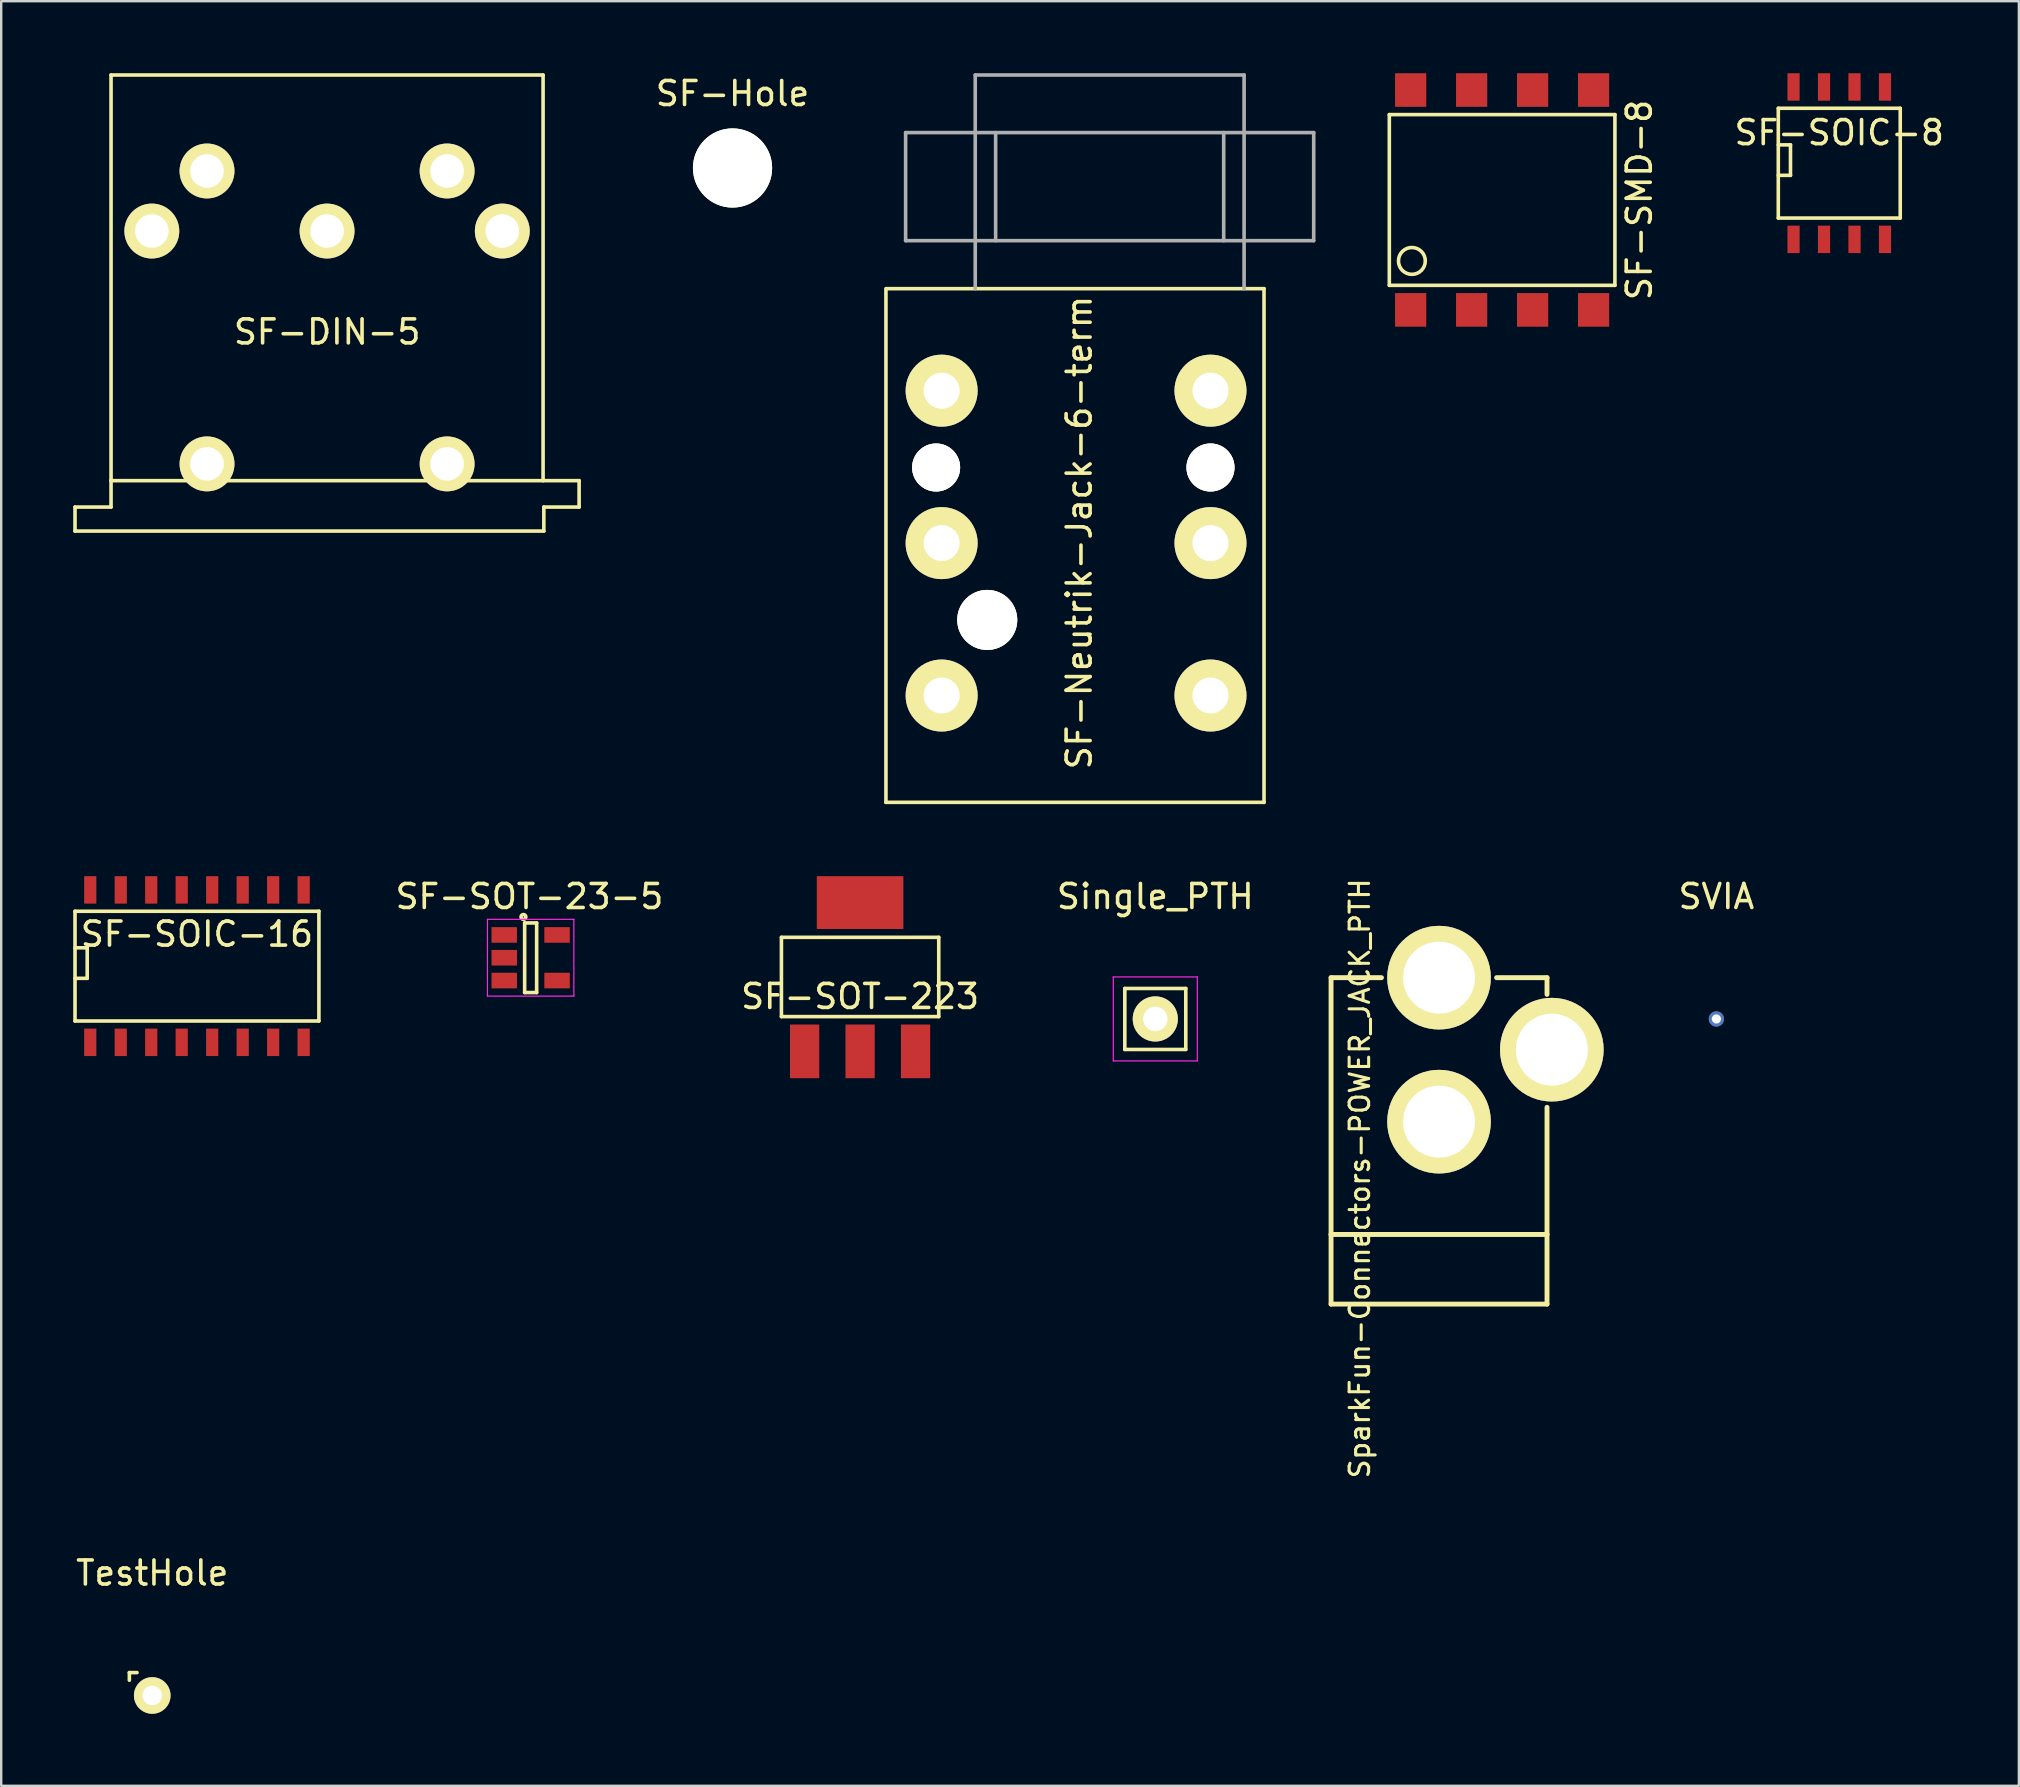
<source format=kicad_pcb>
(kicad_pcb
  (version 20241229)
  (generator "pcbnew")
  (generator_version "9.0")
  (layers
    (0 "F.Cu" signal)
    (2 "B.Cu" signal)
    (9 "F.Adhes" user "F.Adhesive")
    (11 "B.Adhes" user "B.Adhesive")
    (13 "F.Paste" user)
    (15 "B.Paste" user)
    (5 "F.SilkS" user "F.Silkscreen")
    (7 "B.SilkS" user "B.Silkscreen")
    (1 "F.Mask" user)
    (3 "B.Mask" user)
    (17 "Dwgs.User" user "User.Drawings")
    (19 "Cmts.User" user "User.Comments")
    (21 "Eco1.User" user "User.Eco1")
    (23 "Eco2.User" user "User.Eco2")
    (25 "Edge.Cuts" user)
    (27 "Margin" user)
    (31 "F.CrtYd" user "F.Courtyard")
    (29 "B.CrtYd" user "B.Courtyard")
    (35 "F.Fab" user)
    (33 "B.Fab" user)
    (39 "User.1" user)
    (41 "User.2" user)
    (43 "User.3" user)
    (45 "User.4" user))
  (footprint "SF-SOT-223"
    (layer "F.Cu")
    (at 32.78 37.649)
    (property "Reference" "SF-SOT-223" (at 0 0.813 0) (layer "F.SilkS") (effects (font (size 1 1) (thickness 0.15))))
    (attr through_hole)
    (fp_line (start -3.277 -1.651) (end -3.277 1.651) (stroke (width 0.15) (type solid)) (layer "F.SilkS"))
    (fp_line (start -3.277 1.651) (end 3.277 1.651) (stroke (width 0.15) (type solid)) (layer "F.SilkS"))
    (fp_line (start 3.277 -1.651) (end -3.277 -1.651) (stroke (width 0.15) (type solid)) (layer "F.SilkS"))
    (fp_line (start 3.277 1.651) (end 3.277 -1.651) (stroke (width 0.15) (type solid)) (layer "F.SilkS"))
    (pad "1" smd rect (at -2.311 3.099 90) (size 2.235 1.219) (layers "F.Cu" "F.Mask" "F.Paste"))
    (pad "2" smd rect (at 0 3.099 90) (size 2.235 1.219) (layers "F.Cu" "F.Mask" "F.Paste"))
    (pad "3" smd rect (at 2.311 3.099 90) (size 2.235 1.219) (layers "F.Cu" "F.Mask" "F.Paste"))
    (pad "4" smd rect (at 0 -3.099) (size 3.607 2.2) (layers "F.Cu" "F.Mask" "F.Paste")))
  (footprint "SF-Hole"
    (layer "F.Cu")
    (at 27.466 3.948)
    (property "Reference" "SF-Hole" (at 0 -3.1 0) (layer "F.SilkS") (effects (font (size 1 1) (thickness 0.15))))
    (attr through_hole)
    (pad "" np_thru_hole circle (at 0 0) (size 3.3 3.3) (drill 3.3) (layers "*.Cu" "*.Mask" "F.SilkS")))
  (footprint "SVIA"
    (layer "F.Cu")
    (at 68.452 39.398)
    (property "Reference" "SVIA" (at 0 -5.1 0) (layer "F.SilkS") (effects (font (size 1 1) (thickness 0.15))))
    (attr through_hole)
    (pad "" thru_hole circle (at 0 0) (size 0.635 0.635) (drill 0.381) (layers "*.Cu")))
  (footprint "SF-DIN-5"
    (layer "F.Cu")
    (at 10.575 19.074)
    (property "Reference" "SF-DIN-5" (at 0.005 -8.296 0) (layer "F.SilkS") (effects (font (size 1 1) (thickness 0.15))))
    (attr through_hole)
    (fp_line (start -10.5 -1.001) (end -10.5 0) (stroke (width 0.15) (type solid)) (layer "F.SilkS"))
    (fp_line (start -10.5 0) (end 9.03 0) (stroke (width 0.15) (type solid)) (layer "F.SilkS"))
    (fp_line (start -8.999 -18.999) (end 8.999 -18.999) (stroke (width 0.15) (type solid)) (layer "F.SilkS"))
    (fp_line (start -8.999 -2.101) (end -8.999 -18.999) (stroke (width 0.15) (type solid)) (layer "F.SilkS"))
    (fp_line (start -8.999 -2.101) (end -8.999 -1.001) (stroke (width 0.15) (type solid)) (layer "F.SilkS"))
    (fp_line (start -8.999 -1.001) (end -10.5 -1.001) (stroke (width 0.15) (type solid)) (layer "F.SilkS"))
    (fp_line (start 8.999 -18.999) (end 8.999 -2.101) (stroke (width 0.15) (type solid)) (layer "F.SilkS"))
    (fp_line (start 9.03 -1.001) (end 10.5 -1.001) (stroke (width 0.15) (type solid)) (layer "F.SilkS"))
    (fp_line (start 9.03 0) (end 9.03 -1.001) (stroke (width 0.15) (type solid)) (layer "F.SilkS"))
    (fp_line (start 10.5 -2.101) (end -8.999 -2.101) (stroke (width 0.15) (type solid)) (layer "F.SilkS"))
    (fp_line (start 10.5 -2.101) (end 10.5 -1.001) (stroke (width 0.15) (type solid)) (layer "F.SilkS"))
    (pad "1" thru_hole circle (at 7.3 -12.499) (size 2.286 2.286) (drill 1.397) (layers "*.Cu" "*.Mask" "F.SilkS"))
    (pad "2" thru_hole circle (at 0 -12.499) (size 2.286 2.286) (drill 1.397) (layers "*.Cu" "*.Mask" "F.SilkS"))
    (pad "3" thru_hole circle (at -7.3 -12.499) (size 2.286 2.286) (drill 1.397) (layers "*.Cu" "*.Mask" "F.SilkS"))
    (pad "4" thru_hole circle (at 5.001 -15.001) (size 2.286 2.286) (drill 1.397) (layers "*.Cu" "*.Mask" "F.SilkS"))
    (pad "5" thru_hole circle (at -5.001 -15.001) (size 2.286 2.286) (drill 1.397) (layers "*.Cu" "*.Mask" "F.SilkS"))
    (pad "6" thru_hole circle (at 5.001 -2.799) (size 2.286 2.286) (drill 1.397) (layers "*.Cu" "*.Mask" "F.SilkS"))
    (pad "7" thru_hole circle (at -5.001 -2.799) (size 2.286 2.286) (drill 1.397) (layers "*.Cu" "*.Mask" "F.SilkS")))
  (footprint "SF-Neutrik-Jack-6-term"
    (layer "F.Cu")
    (at 43.177 8.975)
    (property "Reference" "SF-Neutrik-Jack-6-term" (at -1.27 10.16 90) (layer "F.SilkS") (effects (font (size 1 1) (thickness 0.15))))
    (attr through_hole)
    (fp_line (start -9.32 0) (end -9.32 21.4) (stroke (width 0.15) (type solid)) (layer "F.SilkS"))
    (fp_line (start -9.32 21.4) (end 6.43 21.4) (stroke (width 0.15) (type solid)) (layer "F.SilkS"))
    (fp_line (start 6.43 0) (end -9.3 0) (stroke (width 0.15) (type solid)) (layer "F.SilkS"))
    (fp_line (start 6.43 21.4) (end 6.43 0) (stroke (width 0.15) (type solid)) (layer "F.SilkS"))
    (fp_line (start -8.5 -6.5) (end 8.5 -6.5) (stroke (width 0.15) (type solid)) (layer "F.Fab"))
    (fp_line (start -8.5 -2) (end -8.5 -6.5) (stroke (width 0.15) (type solid)) (layer "F.Fab"))
    (fp_line (start -8.5 -2) (end 8.5 -2) (stroke (width 0.15) (type solid)) (layer "F.Fab"))
    (fp_line (start -5.6 -8.9) (end -5.6 0) (stroke (width 0.15) (type solid)) (layer "F.Fab"))
    (fp_line (start -4.75 -6.5) (end -4.75 -2) (stroke (width 0.15) (type solid)) (layer "F.Fab"))
    (fp_line (start 4.75 -6.5) (end 4.75 -2) (stroke (width 0.15) (type solid)) (layer "F.Fab"))
    (fp_line (start 5.6 -8.9) (end -5.6 -8.9) (stroke (width 0.15) (type solid)) (layer "F.Fab"))
    (fp_line (start 5.6 0) (end 5.6 -8.9) (stroke (width 0.15) (type solid)) (layer "F.Fab"))
    (fp_line (start 8.5 -6.5) (end 8.5 -2) (stroke (width 0.15) (type solid)) (layer "F.Fab"))
    (pad "G" thru_hole circle (at 4.2 4.25) (size 3 3) (drill 1.5) (layers "*.Cu" "*.Mask" "F.SilkS"))
    (pad "R" thru_hole circle (at -7 10.6) (size 3 3) (drill 1.5) (layers "*.Cu" "*.Mask" "F.SilkS"))
    (pad "RN" thru_hole circle (at 4.2 10.6) (size 3 3) (drill 1.5) (layers "*.Cu" "*.Mask" "F.SilkS"))
    (pad "S" thru_hole circle (at -7 4.25) (size 3 3) (drill 1.5) (layers "*.Cu" "*.Mask" "F.SilkS"))
    (pad "T" thru_hole circle (at -7 16.95) (size 3 3) (drill 1.5) (layers "*.Cu" "*.Mask" "F.SilkS"))
    (pad "TN" thru_hole circle (at 4.2 16.95) (size 3 3) (drill 1.5) (layers "*.Cu" "*.Mask" "F.SilkS"))
    (pad "~" thru_hole circle (at -7.23 7.45) (size 2 2) (drill 2) (layers "*.Cu" "*.Mask" "F.SilkS"))
    (pad "~" thru_hole circle (at -5.1 13.8) (size 2.5 2.5) (drill 2.5) (layers "*.Cu" "*.Mask" "F.SilkS"))
    (pad "~" thru_hole circle (at 4.2 7.45) (size 2 2) (drill 2) (layers "*.Cu" "*.Mask" "F.SilkS")))
  (footprint "SF-SMD-8"
    (layer "F.Cu")
    (at 59.526 5.28)
    (property "Reference" "SF-SMD-8" (at 5.715 0 90) (layer "F.SilkS") (effects (font (size 1 1) (thickness 0.15))))
    (attr through_hole)
    (fp_line (start -4.699 -3.556) (end -4.699 3.556) (stroke (width 0.15) (type solid)) (layer "F.SilkS"))
    (fp_line (start -4.699 -3.556) (end 4.699 -3.556) (stroke (width 0.15) (type solid)) (layer "F.SilkS"))
    (fp_line (start -4.699 3.556) (end 4.699 3.556) (stroke (width 0.15) (type solid)) (layer "F.SilkS"))
    (fp_line (start 4.699 3.556) (end 4.699 -3.556) (stroke (width 0.15) (type solid)) (layer "F.SilkS"))
    (fp_circle (center -3.759 2.54) (end -4.318 2.54) (stroke (width 0.15) (type solid)) (fill no) (layer "F.SilkS"))
    (pad "1" smd rect (at -3.81 4.58) (size 1.3 1.4) (layers "F.Cu" "F.Mask" "F.Paste"))
    (pad "2" smd rect (at -1.27 4.58) (size 1.3 1.4) (layers "F.Cu" "F.Mask" "F.Paste"))
    (pad "3" smd rect (at 1.27 4.58) (size 1.3 1.4) (layers "F.Cu" "F.Mask" "F.Paste"))
    (pad "4" smd rect (at 3.81 4.58) (size 1.3 1.4) (layers "F.Cu" "F.Mask" "F.Paste"))
    (pad "5" smd rect (at 3.81 -4.58) (size 1.3 1.4) (layers "F.Cu" "F.Mask" "F.Paste"))
    (pad "6" smd rect (at 1.27 -4.58) (size 1.3 1.4) (layers "F.Cu" "F.Mask" "F.Paste"))
    (pad "7" smd rect (at -1.27 -4.58) (size 1.3 1.4) (layers "F.Cu" "F.Mask" "F.Paste"))
    (pad "8" smd rect (at -3.81 -4.58) (size 1.3 1.4) (layers "F.Cu" "F.Mask" "F.Paste")))
  (footprint "SF-SOT-23-5"
    (layer "F.Cu")
    (at 19.056 36.848)
    (property "Reference" "SF-SOT-23-5" (at -0.05 -2.55 0) (layer "F.SilkS") (effects (font (size 1 1) (thickness 0.15))))
    (attr smd)
    (fp_line (start -0.25 -1.45) (end -0.25 1.45) (stroke (width 0.15) (type solid)) (layer "F.SilkS"))
    (fp_line (start -0.25 1.45) (end 0.25 1.45) (stroke (width 0.15) (type solid)) (layer "F.SilkS"))
    (fp_line (start 0.25 -1.45) (end -0.25 -1.45) (stroke (width 0.15) (type solid)) (layer "F.SilkS"))
    (fp_line (start 0.25 1.45) (end 0.25 -1.45) (stroke (width 0.15) (type solid)) (layer "F.SilkS"))
    (fp_circle (center -0.3 -1.7) (end -0.2 -1.7) (stroke (width 0.15) (type solid)) (fill no) (layer "F.SilkS"))
    (fp_line (start -1.8 -1.6) (end 1.8 -1.6) (stroke (width 0.05) (type solid)) (layer "F.CrtYd"))
    (fp_line (start -1.8 1.6) (end -1.8 -1.6) (stroke (width 0.05) (type solid)) (layer "F.CrtYd"))
    (fp_line (start 1.8 -1.6) (end 1.8 1.6) (stroke (width 0.05) (type solid)) (layer "F.CrtYd"))
    (fp_line (start 1.8 1.6) (end -1.8 1.6) (stroke (width 0.05) (type solid)) (layer "F.CrtYd"))
    (pad "1" smd rect (at -1.1 -0.95) (size 1.06 0.65) (layers "F.Cu" "F.Mask" "F.Paste"))
    (pad "2" smd rect (at -1.1 0) (size 1.06 0.65) (layers "F.Cu" "F.Mask" "F.Paste"))
    (pad "3" smd rect (at -1.1 0.95) (size 1.06 0.65) (layers "F.Cu" "F.Mask" "F.Paste"))
    (pad "4" smd rect (at 1.1 0.95) (size 1.06 0.65) (layers "F.Cu" "F.Mask" "F.Paste"))
    (pad "5" smd rect (at 1.1 -0.95) (size 1.06 0.65) (layers "F.Cu" "F.Mask" "F.Paste")))
  (footprint "Single_PTH"
    (layer "F.Cu")
    (at 45.078 39.398)
    (property "Reference" "Single_PTH" (at 0 -5.1 0) (layer "F.SilkS") (effects (font (size 1 1) (thickness 0.15))))
    (attr through_hole)
    (fp_line (start -1.27 1.27) (end -1.27 -1.27) (stroke (width 0.15) (type solid)) (layer "F.SilkS"))
    (fp_line (start 1.27 -1.27) (end -1.27 -1.27) (stroke (width 0.15) (type solid)) (layer "F.SilkS"))
    (fp_line (start 1.27 -1.27) (end 1.27 1.27) (stroke (width 0.15) (type solid)) (layer "F.SilkS"))
    (fp_line (start 1.27 1.27) (end -1.27 1.27) (stroke (width 0.15) (type solid)) (layer "F.SilkS"))
    (fp_line (start -1.75 -1.75) (end -1.75 1.75) (stroke (width 0.05) (type solid)) (layer "F.CrtYd"))
    (fp_line (start -1.75 -1.75) (end 1.75 -1.75) (stroke (width 0.05) (type solid)) (layer "F.CrtYd"))
    (fp_line (start -1.75 1.75) (end 1.75 1.75) (stroke (width 0.05) (type solid)) (layer "F.CrtYd"))
    (fp_line (start 1.75 -1.75) (end 1.75 1.75) (stroke (width 0.05) (type solid)) (layer "F.CrtYd"))
    (pad "1" thru_hole circle (at 0 0) (size 1.88 1.88) (drill 1.016) (layers "*.Cu" "*.Mask" "F.SilkS")))
  (footprint "SparkFun-Connectors-POWER_JACK_PTH"
    (layer "F.Cu")
    (at 56.898 51.376)
    (property "Reference" "SparkFun-Connectors-POWER_JACK_PTH" (at -3.302 -5.334 90) (layer "F.SilkS") (effects (font (size 0.813 0.813) (thickness 0.127))))
    (attr exclude_from_pos_files exclude_from_bom)
    (fp_line (start -4.498 -13.698) (end -2.398 -13.698) (stroke (width 0.203) (type solid)) (layer "F.SilkS"))
    (fp_line (start -4.498 -3) (end -4.498 -13.698) (stroke (width 0.203) (type solid)) (layer "F.SilkS"))
    (fp_line (start -4.498 -3) (end -4.498 -0.099) (stroke (width 0.203) (type solid)) (layer "F.SilkS"))
    (fp_line (start -4.498 -3) (end 4.498 -3) (stroke (width 0.203) (type solid)) (layer "F.SilkS"))
    (fp_line (start 4.498 -13.698) (end 2.398 -13.698) (stroke (width 0.203) (type solid)) (layer "F.SilkS"))
    (fp_line (start 4.498 -13.698) (end 4.498 -13) (stroke (width 0.203) (type solid)) (layer "F.SilkS"))
    (fp_line (start 4.498 -3) (end 4.498 -8.298) (stroke (width 0.203) (type solid)) (layer "F.SilkS"))
    (fp_line (start 4.498 -0.099) (end -4.498 -0.099) (stroke (width 0.203) (type solid)) (layer "F.SilkS"))
    (fp_line (start 4.498 -0.099) (end 4.498 -3) (stroke (width 0.203) (type solid)) (layer "F.SilkS"))
    (pad "GND" thru_hole circle (at 0 -7.699) (size 4.318 4.318) (drill 2.997) (layers "*.Cu" "F.Mask" "F.SilkS" "F.Paste"))
    (pad "GNDB" thru_hole circle (at 4.699 -10.698) (size 4.318 4.318) (drill 2.997) (layers "*.Cu" "F.Mask" "F.SilkS" "F.Paste"))
    (pad "PWR" thru_hole circle (at 0 -13.698) (size 4.318 4.318) (drill 2.997) (layers "*.Cu" "F.Mask" "F.SilkS" "F.Paste")))
  (footprint "SF-SOIC-8"
    (layer "F.Cu")
    (at 73.571 3.747)
    (property "Reference" "SF-SOIC-8" (at 0 -1.27 0) (layer "F.SilkS") (effects (font (size 1 1) (thickness 0.15))))
    (attr smd)
    (fp_line (start -2.54 -2.286) (end 2.54 -2.286) (stroke (width 0.15) (type solid)) (layer "F.SilkS"))
    (fp_line (start -2.54 -0.762) (end -2.032 -0.762) (stroke (width 0.15) (type solid)) (layer "F.SilkS"))
    (fp_line (start -2.54 2.286) (end -2.54 -2.286) (stroke (width 0.15) (type solid)) (layer "F.SilkS"))
    (fp_line (start -2.032 -0.762) (end -2.032 0.508) (stroke (width 0.15) (type solid)) (layer "F.SilkS"))
    (fp_line (start -2.032 0.508) (end -2.54 0.508) (stroke (width 0.15) (type solid)) (layer "F.SilkS"))
    (fp_line (start 2.54 -2.286) (end 2.54 2.286) (stroke (width 0.15) (type solid)) (layer "F.SilkS"))
    (fp_line (start 2.54 2.286) (end -2.54 2.286) (stroke (width 0.15) (type solid)) (layer "F.SilkS"))
    (pad "1" smd rect (at -1.905 3.175) (size 0.508 1.143) (layers "F.Cu" "F.Mask" "F.Paste"))
    (pad "2" smd rect (at -0.635 3.175) (size 0.508 1.143) (layers "F.Cu" "F.Mask" "F.Paste"))
    (pad "3" smd rect (at 0.635 3.175) (size 0.508 1.143) (layers "F.Cu" "F.Mask" "F.Paste"))
    (pad "4" smd rect (at 1.905 3.175) (size 0.508 1.143) (layers "F.Cu" "F.Mask" "F.Paste"))
    (pad "5" smd rect (at 1.905 -3.175) (size 0.508 1.143) (layers "F.Cu" "F.Mask" "F.Paste"))
    (pad "6" smd rect (at 0.635 -3.175) (size 0.508 1.143) (layers "F.Cu" "F.Mask" "F.Paste"))
    (pad "7" smd rect (at -0.635 -3.175) (size 0.508 1.143) (layers "F.Cu" "F.Mask" "F.Paste"))
    (pad "8" smd rect (at -1.905 -3.175) (size 0.508 1.143) (layers "F.Cu" "F.Mask" "F.Paste")))
  (footprint "SF-SOIC-16"
    (layer "F.Cu")
    (at 5.155 37.197)
    (property "Reference" "SF-SOIC-16" (at 0 -1.333 0) (layer "F.SilkS") (effects (font (size 1 1) (thickness 0.15))))
    (attr smd)
    (fp_line (start -5.08 -2.286) (end 5.08 -2.286) (stroke (width 0.15) (type solid)) (layer "F.SilkS"))
    (fp_line (start -5.08 -0.762) (end -4.572 -0.762) (stroke (width 0.15) (type solid)) (layer "F.SilkS"))
    (fp_line (start -5.08 2.286) (end -5.08 -2.286) (stroke (width 0.15) (type solid)) (layer "F.SilkS"))
    (fp_line (start -4.572 -0.762) (end -4.572 0.508) (stroke (width 0.15) (type solid)) (layer "F.SilkS"))
    (fp_line (start -4.572 0.508) (end -5.08 0.508) (stroke (width 0.15) (type solid)) (layer "F.SilkS"))
    (fp_line (start 5.08 -2.286) (end 5.08 2.286) (stroke (width 0.15) (type solid)) (layer "F.SilkS"))
    (fp_line (start 5.08 2.286) (end -5.08 2.286) (stroke (width 0.15) (type solid)) (layer "F.SilkS"))
    (pad "1" smd rect (at -4.445 3.175) (size 0.508 1.143) (layers "F.Cu" "F.Mask" "F.Paste"))
    (pad "2" smd rect (at -3.175 3.175) (size 0.508 1.143) (layers "F.Cu" "F.Mask" "F.Paste"))
    (pad "3" smd rect (at -1.905 3.175) (size 0.508 1.143) (layers "F.Cu" "F.Mask" "F.Paste"))
    (pad "4" smd rect (at -0.635 3.175) (size 0.508 1.143) (layers "F.Cu" "F.Mask" "F.Paste"))
    (pad "5" smd rect (at 0.635 3.175 180) (size 0.508 1.143) (layers "F.Cu" "F.Mask" "F.Paste"))
    (pad "6" smd rect (at 1.905 3.175 180) (size 0.508 1.143) (layers "F.Cu" "F.Mask" "F.Paste"))
    (pad "7" smd rect (at 3.175 3.175 180) (size 0.508 1.143) (layers "F.Cu" "F.Mask" "F.Paste"))
    (pad "8" smd rect (at 4.445 3.175 180) (size 0.508 1.143) (layers "F.Cu" "F.Mask" "F.Paste"))
    (pad "9" smd rect (at 4.445 -3.175 180) (size 0.508 1.143) (layers "F.Cu" "F.Mask" "F.Paste"))
    (pad "10" smd rect (at 3.175 -3.175 180) (size 0.508 1.143) (layers "F.Cu" "F.Mask" "F.Paste"))
    (pad "11" smd rect (at 1.905 -3.175 180) (size 0.508 1.143) (layers "F.Cu" "F.Mask" "F.Paste"))
    (pad "12" smd rect (at 0.635 -3.175 180) (size 0.508 1.143) (layers "F.Cu" "F.Mask" "F.Paste"))
    (pad "13" smd rect (at -0.635 -3.175) (size 0.508 1.143) (layers "F.Cu" "F.Mask" "F.Paste"))
    (pad "14" smd rect (at -1.905 -3.175) (size 0.508 1.143) (layers "F.Cu" "F.Mask" "F.Paste"))
    (pad "15" smd rect (at -3.175 -3.175) (size 0.508 1.143) (layers "F.Cu" "F.Mask" "F.Paste"))
    (pad "16" smd rect (at -4.445 -3.175) (size 0.508 1.143) (layers "F.Cu" "F.Mask" "F.Paste")))
  (footprint "TestHole"
    (layer "F.Cu")
    (at 3.292 67.581)
    (property "Reference" "TestHole" (at 0 -5.1 0) (layer "F.SilkS") (effects (font (size 1 1) (thickness 0.15))))
    (attr through_hole)
    (fp_line (start -0.953 -0.953) (end -0.635 -0.953) (stroke (width 0.15) (type solid)) (layer "F.SilkS"))
    (fp_line (start -0.953 -0.635) (end -0.953 -0.953) (stroke (width 0.15) (type solid)) (layer "F.SilkS"))
    (pad "1" thru_hole circle (at 0 0) (size 1.524 1.524) (drill 0.813) (layers "*.Cu" "*.Mask" "F.SilkS")))
  (gr_rect
    (start -3 -3)
    (end 81.053 71.343)
    (stroke (width 0.1) (type default))
    (fill no)
    (layer "Edge.Cuts")))
</source>
